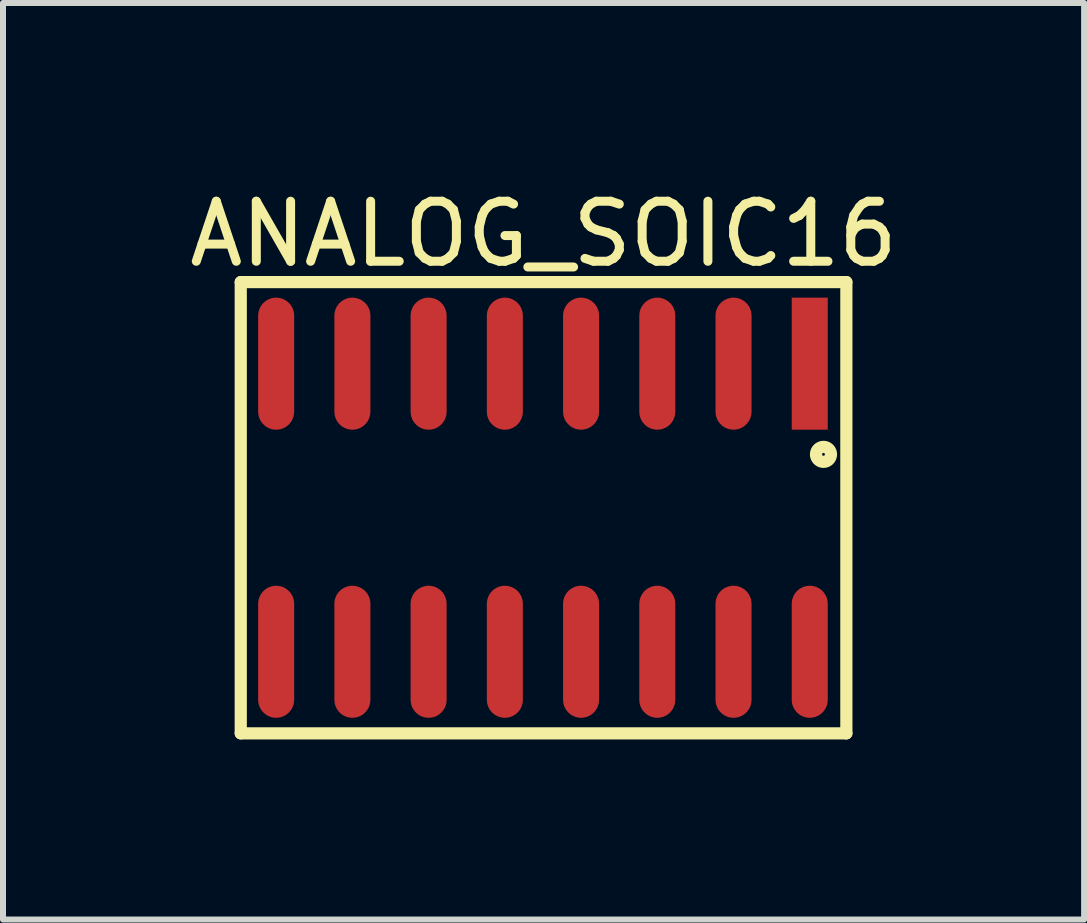
<source format=kicad_pcb>
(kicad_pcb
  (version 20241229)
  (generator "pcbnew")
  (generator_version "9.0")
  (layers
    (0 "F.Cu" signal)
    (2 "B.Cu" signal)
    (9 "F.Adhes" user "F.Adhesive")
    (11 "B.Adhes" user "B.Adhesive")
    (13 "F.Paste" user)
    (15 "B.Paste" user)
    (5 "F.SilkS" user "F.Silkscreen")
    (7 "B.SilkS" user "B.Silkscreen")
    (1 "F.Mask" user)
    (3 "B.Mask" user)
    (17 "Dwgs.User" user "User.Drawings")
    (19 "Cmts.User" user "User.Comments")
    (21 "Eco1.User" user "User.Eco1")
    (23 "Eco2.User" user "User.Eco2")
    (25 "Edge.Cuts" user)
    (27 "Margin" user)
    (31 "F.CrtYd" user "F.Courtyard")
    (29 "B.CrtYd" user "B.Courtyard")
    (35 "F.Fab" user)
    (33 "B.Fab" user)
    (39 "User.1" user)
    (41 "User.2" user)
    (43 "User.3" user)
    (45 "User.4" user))
  (footprint "ANALOG_SOIC16"
    (layer "F.Cu")
    (at 5.996 5.409)
    (property "Reference" "ANALOG_SOIC16" (at 0.01 -4.561 0) (layer "F.SilkS") (effects (font (size 1 1) (thickness 0.15))))
    (fp_line (start -5.035 -3.759) (end 5.055 -3.759) (stroke (width 0.203) (type solid)) (layer "F.SilkS"))
    (fp_line (start -5.035 3.759) (end -5.035 -3.759) (stroke (width 0.203) (type solid)) (layer "F.SilkS"))
    (fp_line (start -5.035 3.759) (end 5.055 3.759) (stroke (width 0.203) (type solid)) (layer "F.SilkS"))
    (fp_line (start 5.055 3.759) (end 5.055 -3.759) (stroke (width 0.203) (type solid)) (layer "F.SilkS"))
    (fp_circle (center 4.674 -0.889) (end 4.674 -1.014) (stroke (width 0.203) (type solid)) (fill no) (layer "F.SilkS"))
    (fp_line (start -0.535 0) (end 0.465 0) (stroke (width 0.1) (type solid)) (layer "Eco2.User"))
    (fp_line (start -0.035 0.5) (end -0.035 -0.5) (stroke (width 0.1) (type solid)) (layer "Eco2.User"))
    (pad "1" smd rect (at 4.445 -2.4) (size 0.6 2.2) (layers "F.Cu" "F.Mask" "F.Paste"))
    (pad "2" smd oval (at 3.175 -2.4) (size 0.6 2.2) (layers "F.Cu" "F.Mask" "F.Paste"))
    (pad "3" smd oval (at 1.905 -2.4) (size 0.6 2.2) (layers "F.Cu" "F.Mask" "F.Paste"))
    (pad "4" smd oval (at 0.635 -2.4) (size 0.6 2.2) (layers "F.Cu" "F.Mask" "F.Paste"))
    (pad "5" smd oval (at -0.635 -2.4) (size 0.6 2.2) (layers "F.Cu" "F.Mask" "F.Paste"))
    (pad "6" smd oval (at -1.905 -2.4) (size 0.6 2.2) (layers "F.Cu" "F.Mask" "F.Paste"))
    (pad "7" smd oval (at -3.175 -2.4) (size 0.6 2.2) (layers "F.Cu" "F.Mask" "F.Paste"))
    (pad "8" smd oval (at -4.445 -2.4) (size 0.6 2.2) (layers "F.Cu" "F.Mask" "F.Paste"))
    (pad "9" smd oval (at -4.445 2.4) (size 0.6 2.2) (layers "F.Cu" "F.Mask" "F.Paste"))
    (pad "10" smd oval (at -3.175 2.4) (size 0.6 2.2) (layers "F.Cu" "F.Mask" "F.Paste"))
    (pad "11" smd oval (at -1.905 2.4) (size 0.6 2.2) (layers "F.Cu" "F.Mask" "F.Paste"))
    (pad "12" smd oval (at -0.635 2.4) (size 0.6 2.2) (layers "F.Cu" "F.Mask" "F.Paste"))
    (pad "13" smd oval (at 0.635 2.4) (size 0.6 2.2) (layers "F.Cu" "F.Mask" "F.Paste"))
    (pad "14" smd oval (at 1.905 2.4) (size 0.6 2.2) (layers "F.Cu" "F.Mask" "F.Paste"))
    (pad "15" smd oval (at 3.175 2.4) (size 0.6 2.2) (layers "F.Cu" "F.Mask" "F.Paste"))
    (pad "16" smd oval (at 4.445 2.4) (size 0.6 2.2) (layers "F.Cu" "F.Mask" "F.Paste")))
  (gr_rect
    (start -3 -3)
    (end 15.012 12.27)
    (stroke (width 0.1) (type default))
    (fill no)
    (layer "Edge.Cuts")))
</source>
